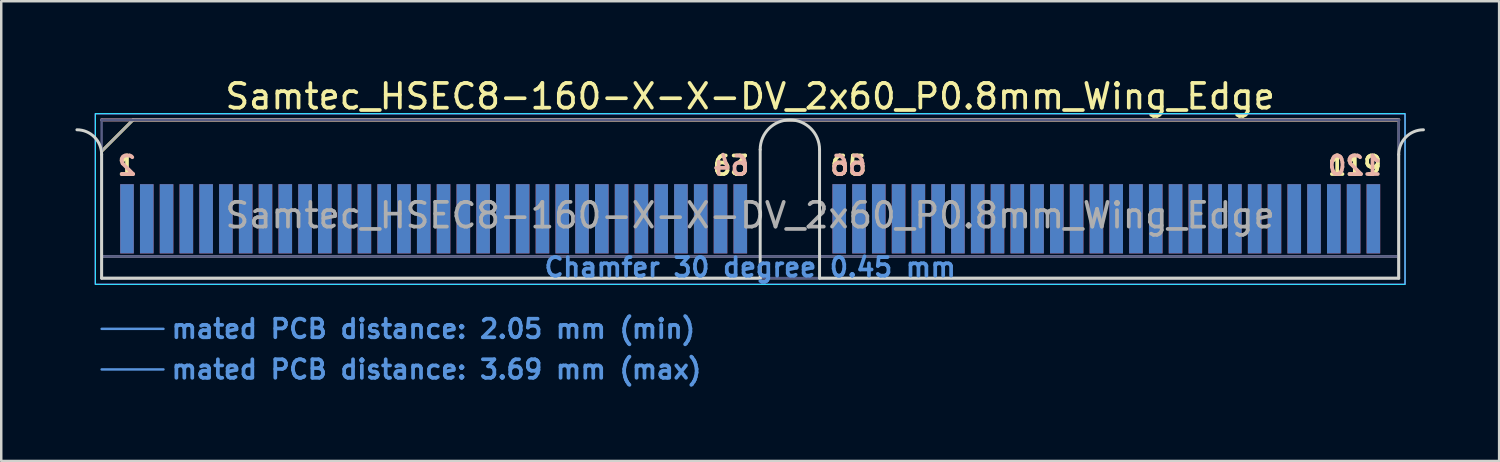
<source format=kicad_pcb>
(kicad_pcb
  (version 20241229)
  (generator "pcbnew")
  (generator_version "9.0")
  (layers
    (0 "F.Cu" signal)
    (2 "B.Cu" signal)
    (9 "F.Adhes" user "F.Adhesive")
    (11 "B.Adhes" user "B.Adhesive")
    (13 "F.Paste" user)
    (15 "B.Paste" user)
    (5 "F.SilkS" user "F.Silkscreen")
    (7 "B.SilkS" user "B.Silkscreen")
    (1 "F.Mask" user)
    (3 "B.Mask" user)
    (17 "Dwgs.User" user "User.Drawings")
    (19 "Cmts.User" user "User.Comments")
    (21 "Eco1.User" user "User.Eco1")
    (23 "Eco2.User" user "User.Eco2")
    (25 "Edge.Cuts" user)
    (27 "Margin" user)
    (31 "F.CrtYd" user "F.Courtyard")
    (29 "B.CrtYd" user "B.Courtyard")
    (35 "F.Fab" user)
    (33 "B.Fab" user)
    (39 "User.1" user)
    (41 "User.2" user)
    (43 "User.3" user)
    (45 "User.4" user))
  (footprint "Samtec_HSEC8-160-X-X-DV_2x60_P0.8mm_Wing_Edge"
    (layer "F.Cu")
    (at 27.285 8.198)
    (property "Reference" "Samtec_HSEC8-160-X-X-DV_2x60_P0.8mm_Wing_Edge" (at 0 -7.35 0) (layer "F.SilkS") (effects (font (size 1 1) (thickness 0.15))))
    (attr exclude_from_pos_files exclude_from_bom)
    (fp_line (start -26.225 -5.13) (end -24.955 -6.4) (stroke (width 0.12) (type solid)) (layer "F.SilkS"))
    (fp_line (start -24.955 -6.4) (end 26.225 -6.4) (stroke (width 0.12) (type solid)) (layer "F.SilkS"))
    (fp_line (start -26.225 -6.4) (end -26.225 -6.4) (stroke (width 0.12) (type solid)) (layer "B.SilkS"))
    (fp_line (start -26.225 -6.4) (end 26.225 -6.4) (stroke (width 0.12) (type solid)) (layer "B.SilkS"))
    (fp_line (start -26.225 2.05) (end -23.725 2.05) (stroke (width 0.1) (type solid)) (layer "Cmts.User"))
    (fp_line (start -26.225 3.69) (end -23.725 3.69) (stroke (width 0.1) (type solid)) (layer "Cmts.User"))
    (fp_line (start -26.225 -5) (end -26.225 0) (stroke (width 0.12) (type solid)) (layer "Edge.Cuts"))
    (fp_line (start -26.225 0) (end 0.405 0) (stroke (width 0.12) (type solid)) (layer "Edge.Cuts"))
    (fp_line (start 0.405 0) (end 0.405 -5.2) (stroke (width 0.12) (type solid)) (layer "Edge.Cuts"))
    (fp_line (start 2.805 -5.2) (end 2.805 0) (stroke (width 0.12) (type solid)) (layer "Edge.Cuts"))
    (fp_line (start 2.805 0) (end 26.225 0) (stroke (width 0.12) (type solid)) (layer "Edge.Cuts"))
    (fp_line (start 26.225 0) (end 26.225 -5) (stroke (width 0.12) (type solid)) (layer "Edge.Cuts"))
    (fp_arc (start -27.225 -6) (mid -26.517893 -5.707107) (end -26.225 -5) (stroke (width 0.12) (type solid)) (layer "Edge.Cuts"))
    (fp_arc (start 0.405 -5.2) (mid 1.605 -6.4) (end 2.805 -5.2) (stroke (width 0.12) (type solid)) (layer "Edge.Cuts"))
    (fp_arc (start 26.225 -5) (mid 26.517893 -5.707107) (end 27.225 -6) (stroke (width 0.12) (type solid)) (layer "Edge.Cuts"))
    (fp_rect (start -26.48 -6.65) (end 26.48 0.25) (stroke (width 0.05) (type solid)) (fill no) (layer "B.CrtYd"))
    (fp_rect (start -26.48 -6.65) (end 26.48 0.25) (stroke (width 0.05) (type solid)) (fill no) (layer "F.CrtYd"))
    (fp_line (start -26.225 -6.4) (end -26.225 -6.4) (stroke (width 0.1) (type solid)) (layer "B.Fab"))
    (fp_line (start -26.225 -6.4) (end -26.225 0) (stroke (width 0.1) (type solid)) (layer "B.Fab"))
    (fp_line (start -26.225 -6.4) (end 26.225 -6.4) (stroke (width 0.1) (type solid)) (layer "B.Fab"))
    (fp_line (start -26.225 -0.88) (end 26.225 -0.88) (stroke (width 0.1) (type solid)) (layer "B.Fab"))
    (fp_line (start -26.225 0) (end 26.225 0) (stroke (width 0.1) (type solid)) (layer "B.Fab"))
    (fp_line (start 26.225 -6.4) (end 26.225 0) (stroke (width 0.1) (type solid)) (layer "B.Fab"))
    (fp_line (start -26.225 -5.13) (end -26.225 0) (stroke (width 0.1) (type solid)) (layer "F.Fab"))
    (fp_line (start -26.225 -5.13) (end -24.955 -6.4) (stroke (width 0.1) (type solid)) (layer "F.Fab"))
    (fp_line (start -26.225 -0.88) (end 26.225 -0.88) (stroke (width 0.1) (type solid)) (layer "F.Fab"))
    (fp_line (start -26.225 0) (end 26.225 0) (stroke (width 0.1) (type solid)) (layer "F.Fab"))
    (fp_line (start -24.955 -6.4) (end 26.225 -6.4) (stroke (width 0.1) (type solid)) (layer "F.Fab"))
    (fp_line (start 26.225 -6.4) (end 26.225 0) (stroke (width 0.1) (type solid)) (layer "F.Fab"))
    (fp_text user "65" (at 3.975 -4.55 0) (layer "F.SilkS") (effects (font (size 0.75 0.75) (thickness 0.15))))
    (fp_text user "1" (at -25.2 -4.55 0) (layer "F.SilkS") (effects (font (size 0.75 0.75) (thickness 0.15))))
    (fp_text user "63" (at -0.775 -4.55 0) (layer "F.SilkS") (effects (font (size 0.75 0.75) (thickness 0.15))))
    (fp_text user "119" (at 24.45 -4.55 0) (layer "F.SilkS") (effects (font (size 0.75 0.75) (thickness 0.15))))
    (fp_text user "66" (at 3.975 -4.55 0) (layer "B.SilkS") (effects (font (size 0.75 0.75) (thickness 0.15)) (justify mirror)))
    (fp_text user "120" (at 24.45 -4.55 0) (layer "B.SilkS") (effects (font (size 0.75 0.75) (thickness 0.15)) (justify mirror)))
    (fp_text user "2" (at -25.2 -4.55 0) (layer "B.SilkS") (effects (font (size 0.75 0.75) (thickness 0.15)) (justify mirror)))
    (fp_text user "64" (at -0.775 -4.55 0) (layer "B.SilkS") (effects (font (size 0.75 0.75) (thickness 0.15)) (justify mirror)))
    (fp_text user "mated PCB distance: 3.69 mm (max)" (at -23.48 3.69 0) (layer "Cmts.User") (effects (font (size 0.75 0.75) (thickness 0.15)) (justify left)))
    (fp_text user "mated PCB distance: 2.05 mm (min)" (at -23.48 2.05 0) (layer "Cmts.User") (effects (font (size 0.75 0.75) (thickness 0.15)) (justify left)))
    (fp_text user "Chamfer 30 degree 0.45 mm" (at 0 -0.44 0) (layer "Cmts.User") (effects (font (size 0.75 0.75) (thickness 0.15))))
    (fp_text user "${REFERENCE}" (at 0 -2.54 0) (layer "F.Fab") (effects (font (size 1 1) (thickness 0.15))))
    (pad "1" connect rect (at -25.2 -2.4) (size 0.55 2.8) (layers "F.Cu" "F.Mask"))
    (pad "2" connect rect (at -25.2 -2.4) (size 0.55 2.8) (layers "B.Cu" "B.Mask"))
    (pad "3" connect rect (at -24.4 -2.4) (size 0.55 2.8) (layers "F.Cu" "F.Mask"))
    (pad "4" connect rect (at -24.4 -2.4) (size 0.55 2.8) (layers "B.Cu" "B.Mask"))
    (pad "5" connect rect (at -23.6 -2.4) (size 0.55 2.8) (layers "F.Cu" "F.Mask"))
    (pad "6" connect rect (at -23.6 -2.4) (size 0.55 2.8) (layers "B.Cu" "B.Mask"))
    (pad "7" connect rect (at -22.8 -2.4) (size 0.55 2.8) (layers "F.Cu" "F.Mask"))
    (pad "8" connect rect (at -22.8 -2.4) (size 0.55 2.8) (layers "B.Cu" "B.Mask"))
    (pad "9" connect rect (at -22 -2.4) (size 0.55 2.8) (layers "F.Cu" "F.Mask"))
    (pad "10" connect rect (at -22 -2.4) (size 0.55 2.8) (layers "B.Cu" "B.Mask"))
    (pad "11" connect rect (at -21.2 -2.4) (size 0.55 2.8) (layers "F.Cu" "F.Mask"))
    (pad "12" connect rect (at -21.2 -2.4) (size 0.55 2.8) (layers "B.Cu" "B.Mask"))
    (pad "13" connect rect (at -20.4 -2.4) (size 0.55 2.8) (layers "F.Cu" "F.Mask"))
    (pad "14" connect rect (at -20.4 -2.4) (size 0.55 2.8) (layers "B.Cu" "B.Mask"))
    (pad "15" connect rect (at -19.6 -2.4) (size 0.55 2.8) (layers "F.Cu" "F.Mask"))
    (pad "16" connect rect (at -19.6 -2.4) (size 0.55 2.8) (layers "B.Cu" "B.Mask"))
    (pad "17" connect rect (at -18.8 -2.4) (size 0.55 2.8) (layers "F.Cu" "F.Mask"))
    (pad "18" connect rect (at -18.8 -2.4) (size 0.55 2.8) (layers "B.Cu" "B.Mask"))
    (pad "19" connect rect (at -18 -2.4) (size 0.55 2.8) (layers "F.Cu" "F.Mask"))
    (pad "20" connect rect (at -18 -2.4) (size 0.55 2.8) (layers "B.Cu" "B.Mask"))
    (pad "21" connect rect (at -17.2 -2.4) (size 0.55 2.8) (layers "F.Cu" "F.Mask"))
    (pad "22" connect rect (at -17.2 -2.4) (size 0.55 2.8) (layers "B.Cu" "B.Mask"))
    (pad "23" connect rect (at -16.4 -2.4) (size 0.55 2.8) (layers "F.Cu" "F.Mask"))
    (pad "24" connect rect (at -16.4 -2.4) (size 0.55 2.8) (layers "B.Cu" "B.Mask"))
    (pad "25" connect rect (at -15.6 -2.4) (size 0.55 2.8) (layers "F.Cu" "F.Mask"))
    (pad "26" connect rect (at -15.6 -2.4) (size 0.55 2.8) (layers "B.Cu" "B.Mask"))
    (pad "27" connect rect (at -14.8 -2.4) (size 0.55 2.8) (layers "F.Cu" "F.Mask"))
    (pad "28" connect rect (at -14.8 -2.4) (size 0.55 2.8) (layers "B.Cu" "B.Mask"))
    (pad "29" connect rect (at -14 -2.4) (size 0.55 2.8) (layers "F.Cu" "F.Mask"))
    (pad "30" connect rect (at -14 -2.4) (size 0.55 2.8) (layers "B.Cu" "B.Mask"))
    (pad "31" connect rect (at -13.2 -2.4) (size 0.55 2.8) (layers "F.Cu" "F.Mask"))
    (pad "32" connect rect (at -13.2 -2.4) (size 0.55 2.8) (layers "B.Cu" "B.Mask"))
    (pad "33" connect rect (at -12.4 -2.4) (size 0.55 2.8) (layers "F.Cu" "F.Mask"))
    (pad "34" connect rect (at -12.4 -2.4) (size 0.55 2.8) (layers "B.Cu" "B.Mask"))
    (pad "35" connect rect (at -11.6 -2.4) (size 0.55 2.8) (layers "F.Cu" "F.Mask"))
    (pad "36" connect rect (at -11.6 -2.4) (size 0.55 2.8) (layers "B.Cu" "B.Mask"))
    (pad "37" connect rect (at -10.8 -2.4) (size 0.55 2.8) (layers "F.Cu" "F.Mask"))
    (pad "38" connect rect (at -10.8 -2.4) (size 0.55 2.8) (layers "B.Cu" "B.Mask"))
    (pad "39" connect rect (at -10 -2.4) (size 0.55 2.8) (layers "F.Cu" "F.Mask"))
    (pad "40" connect rect (at -10 -2.4) (size 0.55 2.8) (layers "B.Cu" "B.Mask"))
    (pad "41" connect rect (at -9.2 -2.4) (size 0.55 2.8) (layers "F.Cu" "F.Mask"))
    (pad "42" connect rect (at -9.2 -2.4) (size 0.55 2.8) (layers "B.Cu" "B.Mask"))
    (pad "43" connect rect (at -8.4 -2.4) (size 0.55 2.8) (layers "F.Cu" "F.Mask"))
    (pad "44" connect rect (at -8.4 -2.4) (size 0.55 2.8) (layers "B.Cu" "B.Mask"))
    (pad "45" connect rect (at -7.6 -2.4) (size 0.55 2.8) (layers "F.Cu" "F.Mask"))
    (pad "46" connect rect (at -7.6 -2.4) (size 0.55 2.8) (layers "B.Cu" "B.Mask"))
    (pad "47" connect rect (at -6.8 -2.4) (size 0.55 2.8) (layers "F.Cu" "F.Mask"))
    (pad "48" connect rect (at -6.8 -2.4) (size 0.55 2.8) (layers "B.Cu" "B.Mask"))
    (pad "49" connect rect (at -6 -2.4) (size 0.55 2.8) (layers "F.Cu" "F.Mask"))
    (pad "50" connect rect (at -6 -2.4) (size 0.55 2.8) (layers "B.Cu" "B.Mask"))
    (pad "51" connect rect (at -5.2 -2.4) (size 0.55 2.8) (layers "F.Cu" "F.Mask"))
    (pad "52" connect rect (at -5.2 -2.4) (size 0.55 2.8) (layers "B.Cu" "B.Mask"))
    (pad "53" connect rect (at -4.4 -2.4) (size 0.55 2.8) (layers "F.Cu" "F.Mask"))
    (pad "54" connect rect (at -4.4 -2.4) (size 0.55 2.8) (layers "B.Cu" "B.Mask"))
    (pad "55" connect rect (at -3.6 -2.4) (size 0.55 2.8) (layers "F.Cu" "F.Mask"))
    (pad "56" connect rect (at -3.6 -2.4) (size 0.55 2.8) (layers "B.Cu" "B.Mask"))
    (pad "57" connect rect (at -2.8 -2.4) (size 0.55 2.8) (layers "F.Cu" "F.Mask"))
    (pad "58" connect rect (at -2.8 -2.4) (size 0.55 2.8) (layers "B.Cu" "B.Mask"))
    (pad "59" connect rect (at -2 -2.4) (size 0.55 2.8) (layers "F.Cu" "F.Mask"))
    (pad "60" connect rect (at -2 -2.4) (size 0.55 2.8) (layers "B.Cu" "B.Mask"))
    (pad "61" connect rect (at -1.2 -2.4) (size 0.55 2.8) (layers "F.Cu" "F.Mask"))
    (pad "62" connect rect (at -1.2 -2.4) (size 0.55 2.8) (layers "B.Cu" "B.Mask"))
    (pad "63" connect rect (at -0.4 -2.4) (size 0.55 2.8) (layers "F.Cu" "F.Mask"))
    (pad "64" connect rect (at -0.4 -2.4) (size 0.55 2.8) (layers "B.Cu" "B.Mask"))
    (pad "65" connect rect (at 3.6 -2.4) (size 0.55 2.8) (layers "F.Cu" "F.Mask"))
    (pad "66" connect rect (at 3.6 -2.4) (size 0.55 2.8) (layers "B.Cu" "B.Mask"))
    (pad "67" connect rect (at 4.4 -2.4) (size 0.55 2.8) (layers "F.Cu" "F.Mask"))
    (pad "68" connect rect (at 4.4 -2.4) (size 0.55 2.8) (layers "B.Cu" "B.Mask"))
    (pad "69" connect rect (at 5.2 -2.4) (size 0.55 2.8) (layers "F.Cu" "F.Mask"))
    (pad "70" connect rect (at 5.2 -2.4) (size 0.55 2.8) (layers "B.Cu" "B.Mask"))
    (pad "71" connect rect (at 6 -2.4) (size 0.55 2.8) (layers "F.Cu" "F.Mask"))
    (pad "72" connect rect (at 6 -2.4) (size 0.55 2.8) (layers "B.Cu" "B.Mask"))
    (pad "73" connect rect (at 6.8 -2.4) (size 0.55 2.8) (layers "F.Cu" "F.Mask"))
    (pad "74" connect rect (at 6.8 -2.4) (size 0.55 2.8) (layers "B.Cu" "B.Mask"))
    (pad "75" connect rect (at 7.6 -2.4) (size 0.55 2.8) (layers "F.Cu" "F.Mask"))
    (pad "76" connect rect (at 7.6 -2.4) (size 0.55 2.8) (layers "B.Cu" "B.Mask"))
    (pad "77" connect rect (at 8.4 -2.4) (size 0.55 2.8) (layers "F.Cu" "F.Mask"))
    (pad "78" connect rect (at 8.4 -2.4) (size 0.55 2.8) (layers "B.Cu" "B.Mask"))
    (pad "79" connect rect (at 9.2 -2.4) (size 0.55 2.8) (layers "F.Cu" "F.Mask"))
    (pad "80" connect rect (at 9.2 -2.4) (size 0.55 2.8) (layers "B.Cu" "B.Mask"))
    (pad "81" connect rect (at 10 -2.4) (size 0.55 2.8) (layers "F.Cu" "F.Mask"))
    (pad "82" connect rect (at 10 -2.4) (size 0.55 2.8) (layers "B.Cu" "B.Mask"))
    (pad "83" connect rect (at 10.8 -2.4) (size 0.55 2.8) (layers "F.Cu" "F.Mask"))
    (pad "84" connect rect (at 10.8 -2.4) (size 0.55 2.8) (layers "B.Cu" "B.Mask"))
    (pad "85" connect rect (at 11.6 -2.4) (size 0.55 2.8) (layers "F.Cu" "F.Mask"))
    (pad "86" connect rect (at 11.6 -2.4) (size 0.55 2.8) (layers "B.Cu" "B.Mask"))
    (pad "87" connect rect (at 12.4 -2.4) (size 0.55 2.8) (layers "F.Cu" "F.Mask"))
    (pad "88" connect rect (at 12.4 -2.4) (size 0.55 2.8) (layers "B.Cu" "B.Mask"))
    (pad "89" connect rect (at 13.2 -2.4) (size 0.55 2.8) (layers "F.Cu" "F.Mask"))
    (pad "90" connect rect (at 13.2 -2.4) (size 0.55 2.8) (layers "B.Cu" "B.Mask"))
    (pad "91" connect rect (at 14 -2.4) (size 0.55 2.8) (layers "F.Cu" "F.Mask"))
    (pad "92" connect rect (at 14 -2.4) (size 0.55 2.8) (layers "B.Cu" "B.Mask"))
    (pad "93" connect rect (at 14.8 -2.4) (size 0.55 2.8) (layers "F.Cu" "F.Mask"))
    (pad "94" connect rect (at 14.8 -2.4) (size 0.55 2.8) (layers "B.Cu" "B.Mask"))
    (pad "95" connect rect (at 15.6 -2.4) (size 0.55 2.8) (layers "F.Cu" "F.Mask"))
    (pad "96" connect rect (at 15.6 -2.4) (size 0.55 2.8) (layers "B.Cu" "B.Mask"))
    (pad "97" connect rect (at 16.4 -2.4) (size 0.55 2.8) (layers "F.Cu" "F.Mask"))
    (pad "98" connect rect (at 16.4 -2.4) (size 0.55 2.8) (layers "B.Cu" "B.Mask"))
    (pad "99" connect rect (at 17.2 -2.4) (size 0.55 2.8) (layers "F.Cu" "F.Mask"))
    (pad "100" connect rect (at 17.2 -2.4) (size 0.55 2.8) (layers "B.Cu" "B.Mask"))
    (pad "101" connect rect (at 18 -2.4) (size 0.55 2.8) (layers "F.Cu" "F.Mask"))
    (pad "102" connect rect (at 18 -2.4) (size 0.55 2.8) (layers "B.Cu" "B.Mask"))
    (pad "103" connect rect (at 18.8 -2.4) (size 0.55 2.8) (layers "F.Cu" "F.Mask"))
    (pad "104" connect rect (at 18.8 -2.4) (size 0.55 2.8) (layers "B.Cu" "B.Mask"))
    (pad "105" connect rect (at 19.6 -2.4) (size 0.55 2.8) (layers "F.Cu" "F.Mask"))
    (pad "106" connect rect (at 19.6 -2.4) (size 0.55 2.8) (layers "B.Cu" "B.Mask"))
    (pad "107" connect rect (at 20.4 -2.4) (size 0.55 2.8) (layers "F.Cu" "F.Mask"))
    (pad "108" connect rect (at 20.4 -2.4) (size 0.55 2.8) (layers "B.Cu" "B.Mask"))
    (pad "109" connect rect (at 21.2 -2.4) (size 0.55 2.8) (layers "F.Cu" "F.Mask"))
    (pad "110" connect rect (at 21.2 -2.4) (size 0.55 2.8) (layers "B.Cu" "B.Mask"))
    (pad "111" connect rect (at 22 -2.4) (size 0.55 2.8) (layers "F.Cu" "F.Mask"))
    (pad "112" connect rect (at 22 -2.4) (size 0.55 2.8) (layers "B.Cu" "B.Mask"))
    (pad "113" connect rect (at 22.8 -2.4) (size 0.55 2.8) (layers "F.Cu" "F.Mask"))
    (pad "114" connect rect (at 22.8 -2.4) (size 0.55 2.8) (layers "B.Cu" "B.Mask"))
    (pad "115" connect rect (at 23.6 -2.4) (size 0.55 2.8) (layers "F.Cu" "F.Mask"))
    (pad "116" connect rect (at 23.6 -2.4) (size 0.55 2.8) (layers "B.Cu" "B.Mask"))
    (pad "117" connect rect (at 24.4 -2.4) (size 0.55 2.8) (layers "F.Cu" "F.Mask"))
    (pad "118" connect rect (at 24.4 -2.4) (size 0.55 2.8) (layers "B.Cu" "B.Mask"))
    (pad "119" connect rect (at 25.2 -2.4) (size 0.55 2.8) (layers "F.Cu" "F.Mask"))
    (pad "120" connect rect (at 25.2 -2.4) (size 0.55 2.8) (layers "B.Cu" "B.Mask")))
  (gr_rect
    (start -3 -3)
    (end 57.57 15.59)
    (stroke (width 0.1) (type default))
    (fill no)
    (layer "Edge.Cuts")))
</source>
